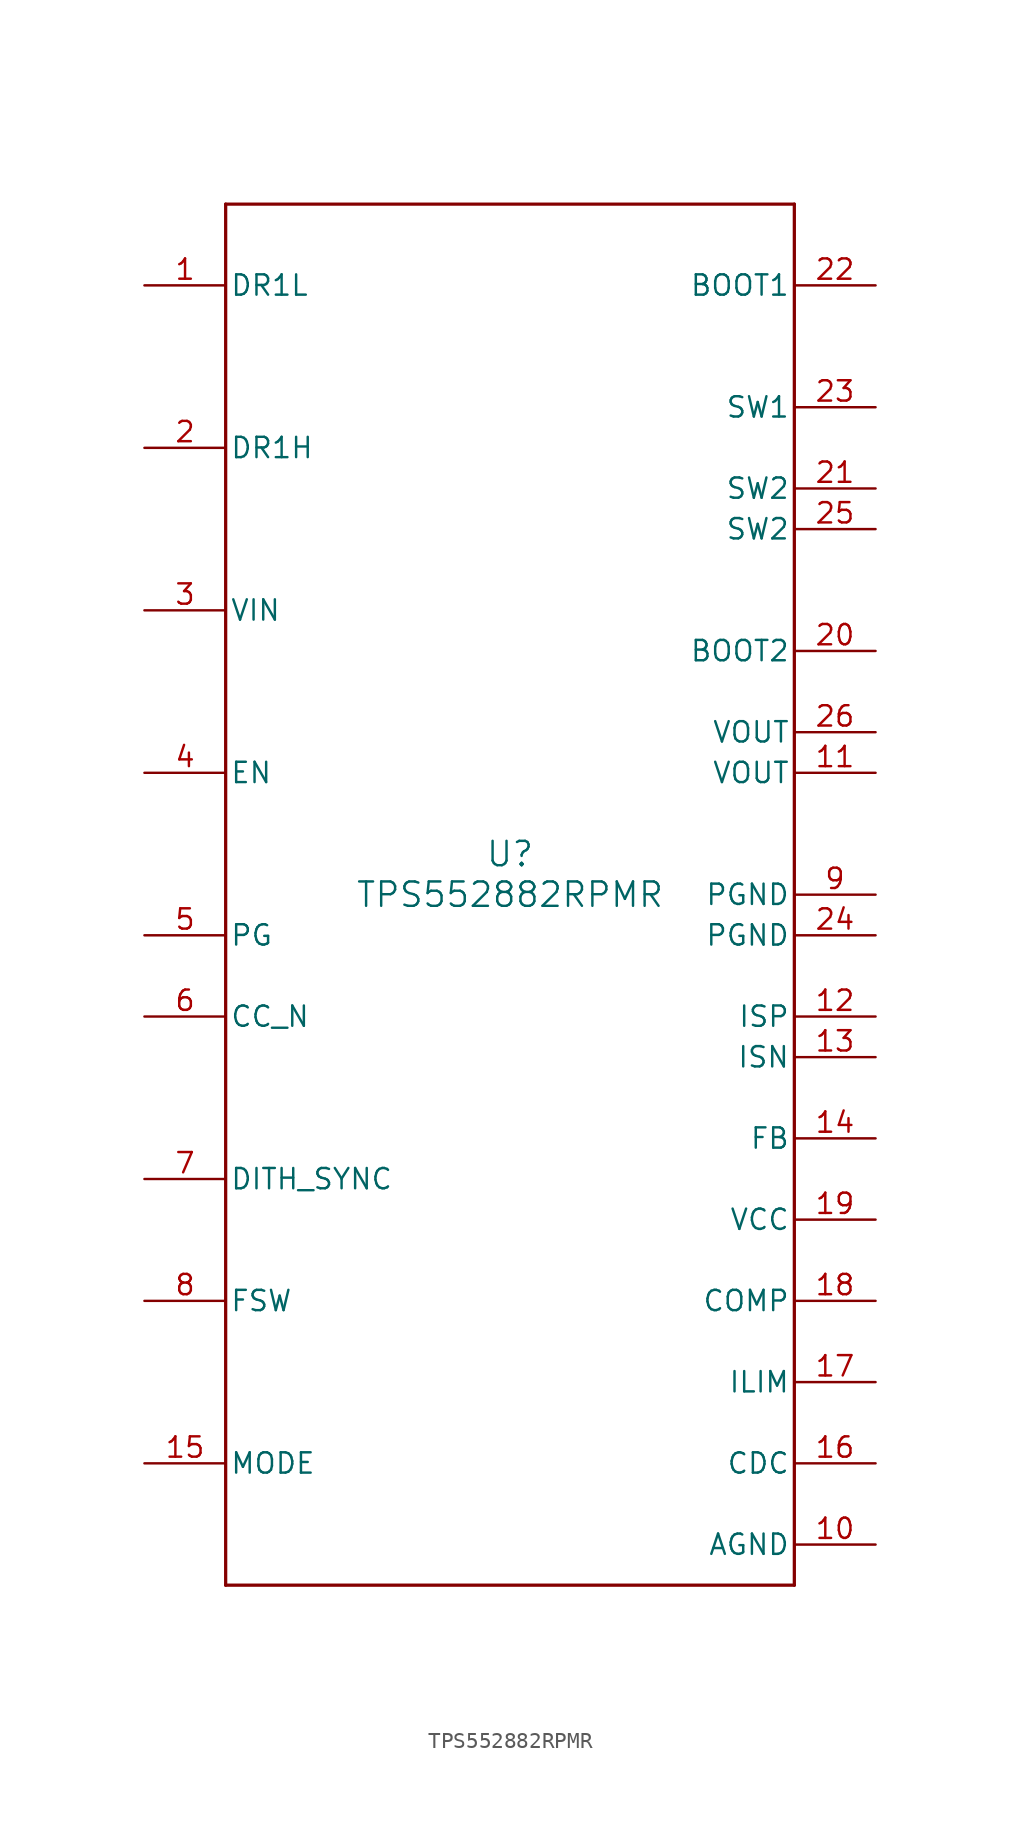
<source format=kicad_sym>
(kicad_symbol_lib
  (version 20211014)
  (generator kicad_symbol_editor)
  (symbol "TPS552882RPMR"
    (pin_names
      (offset 0.254))
    (property "Reference" "U"
      (at 0 2.54 0)
      (effects (font (size 1.524 1.524))))
    (property "Value" "TPS552882RPMR"
      (at 0 0 0)
      (effects (font (size 1.524 1.524))))
    (symbol "TPS552882RPMR_0_1"
      (polyline (pts (xy -17.78 -43.18) (xy 17.78 -43.18)) (stroke (width 0.203) (type default) (color 0 0 0 0)) (fill (type none)))
      (polyline (pts (xy 17.78 -43.18) (xy 17.78 43.18)) (stroke (width 0.203) (type default) (color 0 0 0 0)) (fill (type none)))
      (polyline (pts (xy 17.78 43.18) (xy -17.78 43.18)) (stroke (width 0.203) (type default) (color 0 0 0 0)) (fill (type none)))
      (polyline (pts (xy -17.78 43.18) (xy -17.78 -43.18)) (stroke (width 0.203) (type default) (color 0 0 0 0)) (fill (type none)))
      (pin output line (at -22.86 38.1 0) (length 5.08) (name "DR1L" (effects (font (size 1.27 1.27)))) (number "1" (effects (font (size 1.27 1.27)))))
      (pin output line (at -22.86 27.94 0) (length 5.08) (name "DR1H" (effects (font (size 1.27 1.27)))) (number "2" (effects (font (size 1.27 1.27)))))
      (pin power_in line (at -22.86 17.78 0) (length 5.08) (name "VIN" (effects (font (size 1.27 1.27)))) (number "3" (effects (font (size 1.27 1.27)))))
      (pin input line (at -22.86 7.62 0) (length 5.08) (name "EN" (effects (font (size 1.27 1.27)))) (number "4" (effects (font (size 1.27 1.27)))))
      (pin output line (at -22.86 -2.54 0) (length 5.08) (name "PG" (effects (font (size 1.27 1.27)))) (number "5" (effects (font (size 1.27 1.27)))))
      (pin output line (at -22.86 -7.62 0) (length 5.08) (name "CC_N" (effects (font (size 1.27 1.27)))) (number "6" (effects (font (size 1.27 1.27)))))
      (pin input line (at -22.86 -17.78 0) (length 5.08) (name "DITH_SYNC" (effects (font (size 1.27 1.27)))) (number "7" (effects (font (size 1.27 1.27)))))
      (pin input line (at -22.86 -25.4 0) (length 5.08) (name "FSW" (effects (font (size 1.27 1.27)))) (number "8" (effects (font (size 1.27 1.27)))))
      (pin power_in line (at 22.86 0 180) (length 5.08) (name "PGND" (effects (font (size 1.27 1.27)))) (number "9" (effects (font (size 1.27 1.27)))))
      (pin power_in line (at 22.86 -40.64 180) (length 5.08) (name "AGND" (effects (font (size 1.27 1.27)))) (number "10" (effects (font (size 1.27 1.27)))))
      (pin power_in line (at 22.86 7.62 180) (length 5.08) (name "VOUT" (effects (font (size 1.27 1.27)))) (number "11" (effects (font (size 1.27 1.27)))))
      (pin input line (at 22.86 -7.62 180) (length 5.08) (name "ISP" (effects (font (size 1.27 1.27)))) (number "12" (effects (font (size 1.27 1.27)))))
      (pin input line (at 22.86 -10.16 180) (length 5.08) (name "ISN" (effects (font (size 1.27 1.27)))) (number "13" (effects (font (size 1.27 1.27)))))
      (pin input line (at 22.86 -15.24 180) (length 5.08) (name "FB" (effects (font (size 1.27 1.27)))) (number "14" (effects (font (size 1.27 1.27)))))
      (pin input line (at -22.86 -35.56 0) (length 5.08) (name "MODE" (effects (font (size 1.27 1.27)))) (number "15" (effects (font (size 1.27 1.27)))))
      (pin output line (at 22.86 -35.56 180) (length 5.08) (name "CDC" (effects (font (size 1.27 1.27)))) (number "16" (effects (font (size 1.27 1.27)))))
      (pin output line (at 22.86 -30.48 180) (length 5.08) (name "ILIM" (effects (font (size 1.27 1.27)))) (number "17" (effects (font (size 1.27 1.27)))))
      (pin input line (at 22.86 -25.4 180) (length 5.08) (name "COMP" (effects (font (size 1.27 1.27)))) (number "18" (effects (font (size 1.27 1.27)))))
      (pin power_in line (at 22.86 -20.32 180) (length 5.08) (name "VCC" (effects (font (size 1.27 1.27)))) (number "19" (effects (font (size 1.27 1.27)))))
      (pin power_in line (at 22.86 15.24 180) (length 5.08) (name "BOOT2" (effects (font (size 1.27 1.27)))) (number "20" (effects (font (size 1.27 1.27)))))
      (pin power_in line (at 22.86 25.4 180) (length 5.08) (name "SW2" (effects (font (size 1.27 1.27)))) (number "21" (effects (font (size 1.27 1.27)))))
      (pin power_in line (at 22.86 38.1 180) (length 5.08) (name "BOOT1" (effects (font (size 1.27 1.27)))) (number "22" (effects (font (size 1.27 1.27)))))
      (pin power_in line (at 22.86 30.48 180) (length 5.08) (name "SW1" (effects (font (size 1.27 1.27)))) (number "23" (effects (font (size 1.27 1.27)))))
      (pin power_in line (at 22.86 -2.54 180) (length 5.08) (name "PGND" (effects (font (size 1.27 1.27)))) (number "24" (effects (font (size 1.27 1.27)))))
      (pin power_in line (at 22.86 22.86 180) (length 5.08) (name "SW2" (effects (font (size 1.27 1.27)))) (number "25" (effects (font (size 1.27 1.27)))))
      (pin power_in line (at 22.86 10.16 180) (length 5.08) (name "VOUT" (effects (font (size 1.27 1.27)))) (number "26" (effects (font (size 1.27 1.27))))))))
</source>
